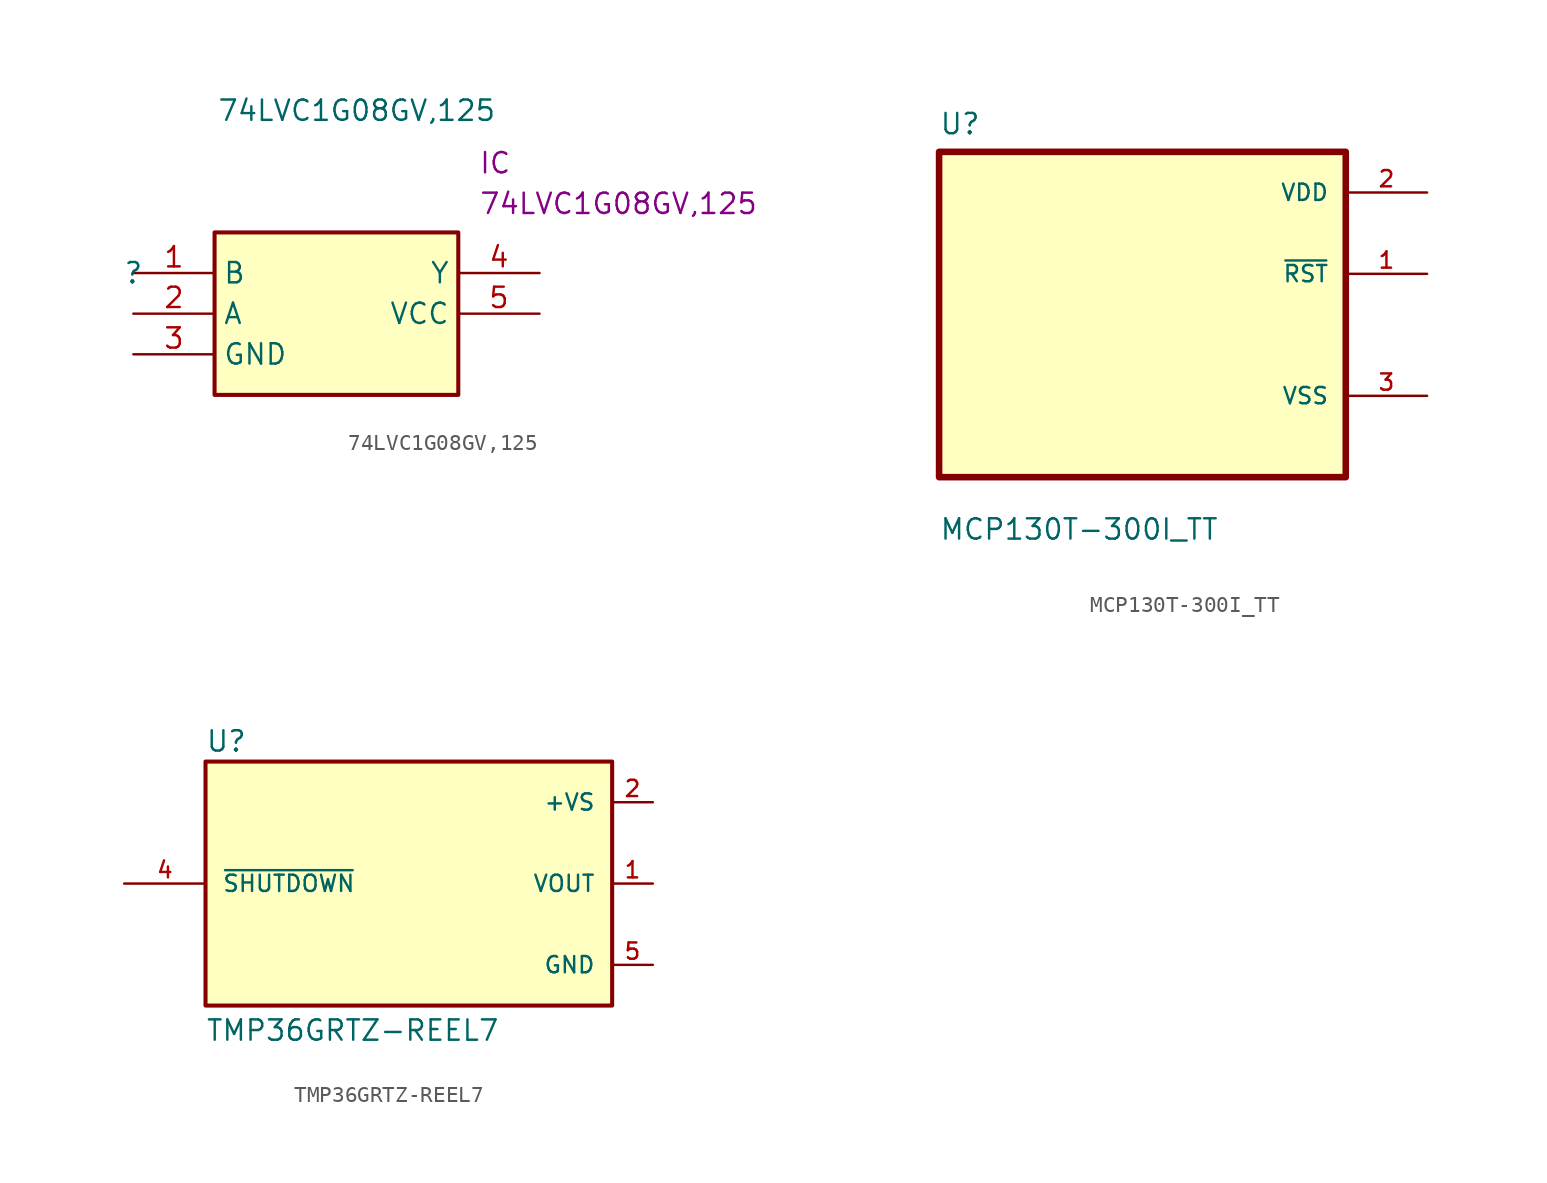
<source format=kicad_sym>
(kicad_symbol_lib
  (version 20211014)
  (generator kicad_symbol_editor)
  (symbol "74LVC1G08GV,125"
    (property "Reference" ""
      (at 0 0 0)
      (effects (font (size 1.27 1.27))))
    (property "Value" "74LVC1G08GV,125"
      (at 13.97 10.16 0)
      (effects (font (size 1.27 1.27))))
    (property "Reference_1" "IC"
      (at 21.59 7.62 0)
      (effects (font (size 1.27 1.27)) (justify left top)))
    (property "Value_1" "74LVC1G08GV,125"
      (at 21.59 5.08 0)
      (effects (font (size 1.27 1.27)) (justify left top)))
    (symbol "74LVC1G08GV,125_1_1"
      (rectangle (start 5.08 2.54) (end 20.32 -7.62) (stroke (width 0.254) (type default) (color 0 0 0 0)) (fill (type background)))
      (pin passive line (at 0 0 0) (length 5.08) (name "B" (effects (font (size 1.27 1.27)))) (number "1" (effects (font (size 1.27 1.27)))))
      (pin passive line (at 0 -2.54 0) (length 5.08) (name "A" (effects (font (size 1.27 1.27)))) (number "2" (effects (font (size 1.27 1.27)))))
      (pin passive line (at 0 -5.08 0) (length 5.08) (name "GND" (effects (font (size 1.27 1.27)))) (number "3" (effects (font (size 1.27 1.27)))))
      (pin passive line (at 25.4 0 180) (length 5.08) (name "Y" (effects (font (size 1.27 1.27)))) (number "4" (effects (font (size 1.27 1.27)))))
      (pin passive line (at 25.4 -2.54 180) (length 5.08) (name "VCC" (effects (font (size 1.27 1.27)))) (number "5" (effects (font (size 1.27 1.27)))))))
  (symbol "MCP130T-300I_TT"
    (pin_names
      (offset 1.016))
    (property "Reference" "U"
      (at -12.7 11.16 0)
      (effects (font (size 1.27 1.27)) (justify left bottom)))
    (property "Value" "MCP130T-300I_TT"
      (at -12.7 -14.16 0)
      (effects (font (size 1.27 1.27)) (justify left bottom)))
    (symbol "MCP130T-300I_TT_0_0"
      (rectangle (start -12.7 -10.16) (end 12.7 10.16) (stroke (width 0.41) (type default) (color 0 0 0 0)) (fill (type background)))
      (pin output line (at 17.78 2.54 180) (length 5.08) (name "~{RST}" (effects (font (size 1.016 1.016)))) (number "1" (effects (font (size 1.016 1.016)))))
      (pin power_in line (at 17.78 7.62 180) (length 5.08) (name "VDD" (effects (font (size 1.016 1.016)))) (number "2" (effects (font (size 1.016 1.016)))))
      (pin power_in line (at 17.78 -5.08 180) (length 5.08) (name "VSS" (effects (font (size 1.016 1.016)))) (number "3" (effects (font (size 1.016 1.016)))))))
  (symbol "TMP36GRTZ-REEL7"
    (pin_names
      (offset 1.016))
    (property "Reference" "U"
      (at -12.713 8.142 0)
      (effects (font (size 1.27 1.27)) (justify left bottom)))
    (property "Value" "TMP36GRTZ-REEL7"
      (at -12.708 -9.917 0)
      (effects (font (size 1.27 1.27)) (justify left bottom)))
    (symbol "TMP36GRTZ-REEL7_0_0"
      (rectangle (start -12.7 -7.62) (end 12.7 7.62) (stroke (width 0.254) (type default) (color 0 0 0 0)) (fill (type background)))
      (pin output line (at 15.24 0 180) (length 2.54) (name "VOUT" (effects (font (size 1.016 1.016)))) (number "1" (effects (font (size 1.016 1.016)))))
      (pin power_in line (at 15.24 5.08 180) (length 2.54) (name "+VS" (effects (font (size 1.016 1.016)))) (number "2" (effects (font (size 1.016 1.016)))))
      (pin input line (at -17.78 0 0) (length 5.08) (name "~{SHUTDOWN}" (effects (font (size 1.016 1.016)))) (number "4" (effects (font (size 1.016 1.016)))))
      (pin power_in line (at 15.24 -5.08 180) (length 2.54) (name "GND" (effects (font (size 1.016 1.016)))) (number "5" (effects (font (size 1.016 1.016))))))))
</source>
